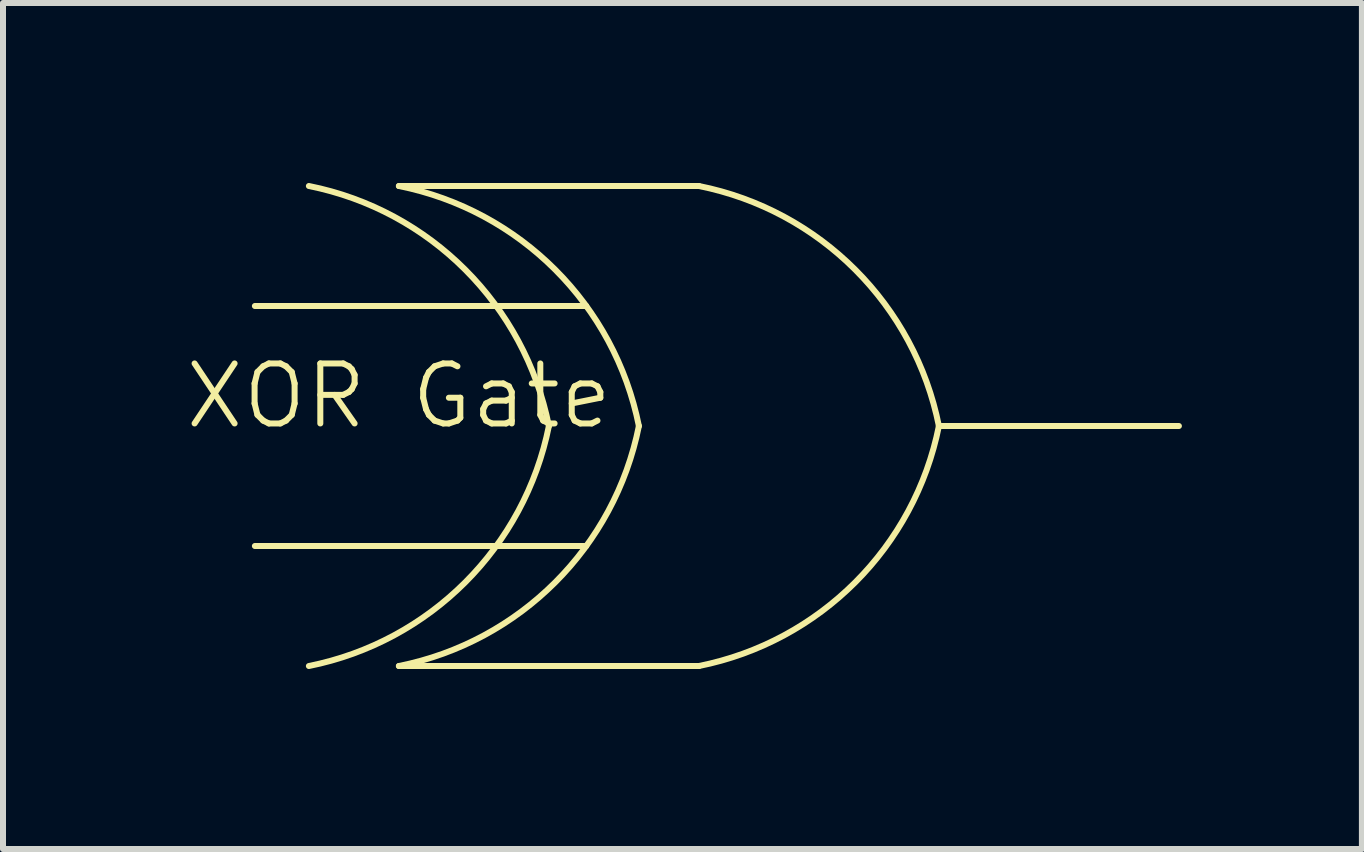
<source format=kicad_pcb>
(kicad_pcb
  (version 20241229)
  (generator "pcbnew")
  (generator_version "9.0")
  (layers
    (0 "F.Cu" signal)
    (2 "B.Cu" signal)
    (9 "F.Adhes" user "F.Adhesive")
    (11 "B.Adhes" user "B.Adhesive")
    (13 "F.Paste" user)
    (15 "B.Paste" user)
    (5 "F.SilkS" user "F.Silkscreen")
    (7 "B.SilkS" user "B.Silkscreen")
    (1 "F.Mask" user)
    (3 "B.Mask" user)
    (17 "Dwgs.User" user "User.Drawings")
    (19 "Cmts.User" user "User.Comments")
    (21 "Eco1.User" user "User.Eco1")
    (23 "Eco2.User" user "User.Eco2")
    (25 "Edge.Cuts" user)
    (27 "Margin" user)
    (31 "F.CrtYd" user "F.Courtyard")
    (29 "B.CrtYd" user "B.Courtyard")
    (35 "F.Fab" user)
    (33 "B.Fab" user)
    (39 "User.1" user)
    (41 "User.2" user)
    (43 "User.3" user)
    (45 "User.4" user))
  (footprint "XOR Gate"
    (layer "F.Cu")
    (at 3.598 4.05)
    (property "Reference" "XOR Gate" (at 0 -0.5 0) (unlocked yes) (layer "F.SilkS") (effects (font (size 1 1) (thickness 0.1))))
    (attr through_hole)
    (fp_line (start 3.123 2) (end -2.4 2) (stroke (width 0.1) (type default)) (layer "F.SilkS"))
    (fp_line (start 3.123 -2) (end -2.4 -2) (stroke (width 0.1) (type default)) (layer "F.SilkS"))
    (fp_line (start 5 -4) (end 0 -4) (stroke (width 0.1) (type default)) (layer "F.SilkS"))
    (fp_line (start 5 4) (end 0 4) (stroke (width 0.1) (type default)) (layer "F.SilkS"))
    (fp_line (start 13 0) (end 9 0) (stroke (width 0.1) (type default)) (layer "F.SilkS"))
    (fp_arc (start -1.5 -4.000003) (mid 1.105551 -2.605554) (end 2.5 -0.000003) (stroke (width 0.1) (type default)) (layer "F.SilkS"))
    (fp_arc (start 0 -4.000003) (mid 2.605551 -2.605554) (end 4 -0.000003) (stroke (width 0.1) (type default)) (layer "F.SilkS"))
    (fp_arc (start 2.5 0) (mid 1.105551 2.60555) (end -1.5 3.999997) (stroke (width 0.1) (type default)) (layer "F.SilkS"))
    (fp_arc (start 4 0) (mid 2.605551 2.60555) (end 0 3.999997) (stroke (width 0.1) (type default)) (layer "F.SilkS"))
    (fp_arc (start 5 -4) (mid 7.605551 -2.605551) (end 9 0) (stroke (width 0.1) (type default)) (layer "F.SilkS"))
    (fp_arc (start 9 0.000003) (mid 7.605551 2.605553) (end 5 4) (stroke (width 0.1) (type default)) (layer "F.SilkS")))
  (gr_rect
    (start -3 -3)
    (end 19.648 11.1)
    (stroke (width 0.1) (type default))
    (fill no)
    (layer "Edge.Cuts")))
</source>
